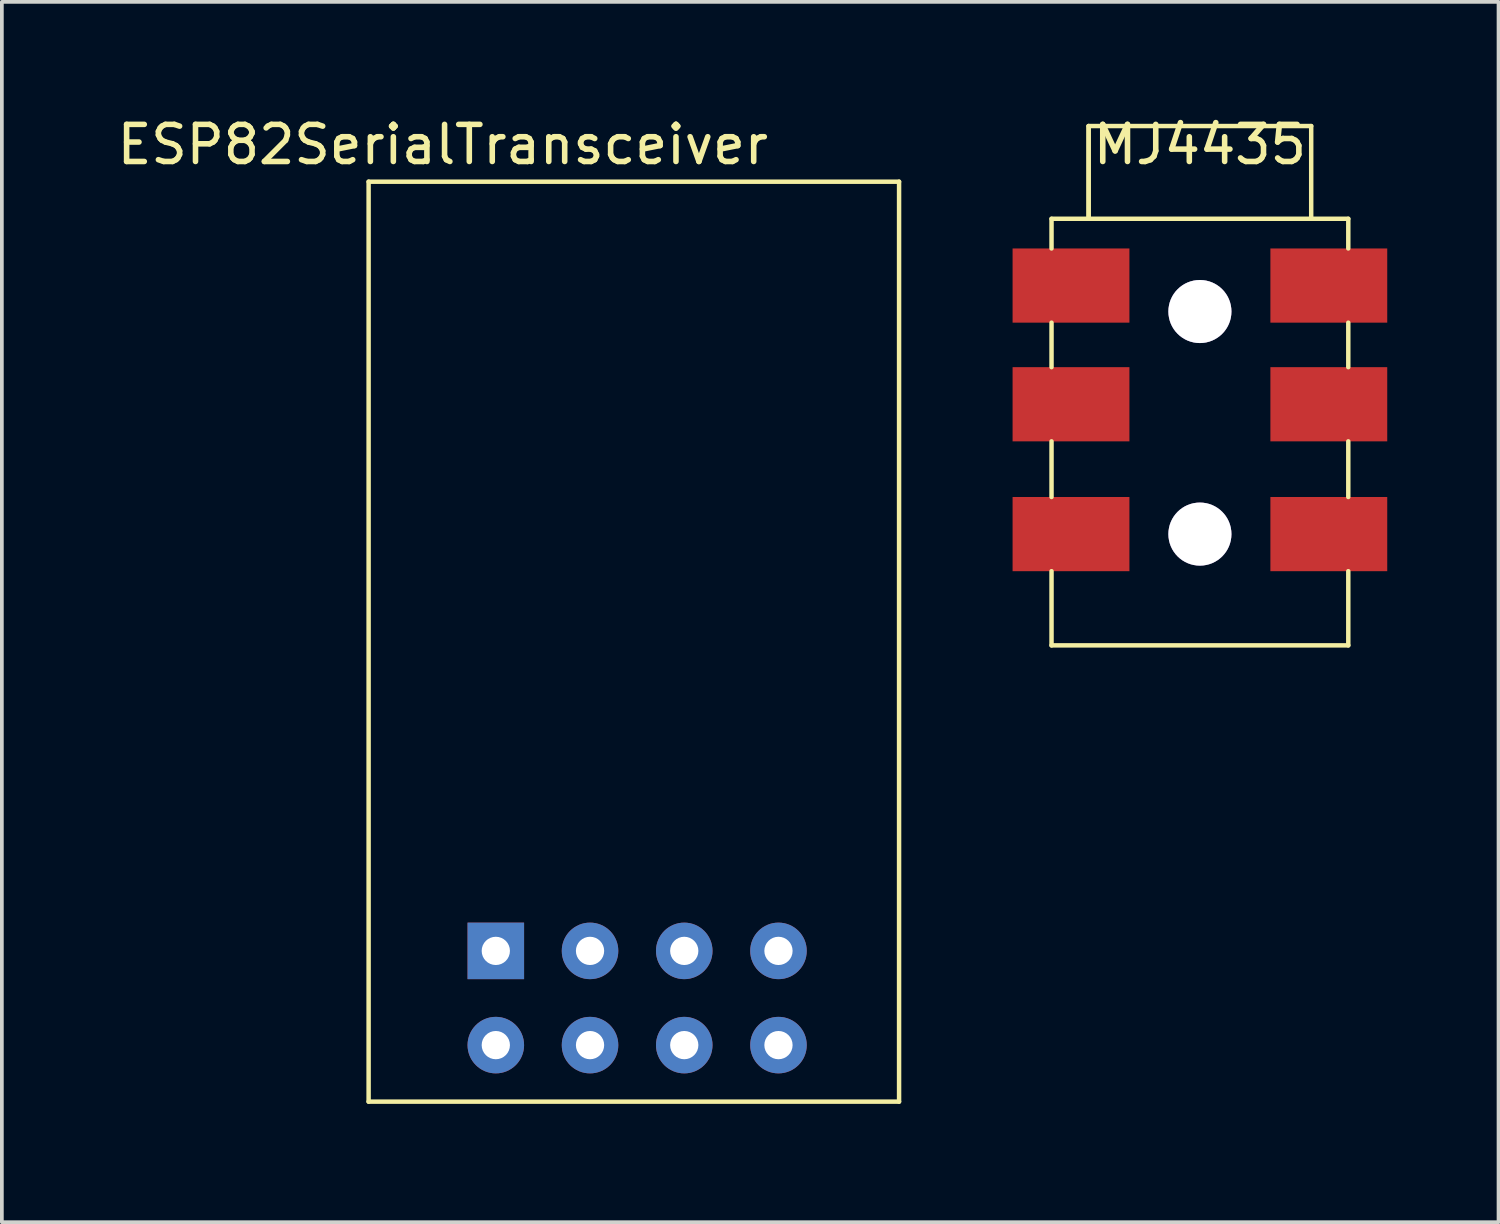
<source format=kicad_pcb>
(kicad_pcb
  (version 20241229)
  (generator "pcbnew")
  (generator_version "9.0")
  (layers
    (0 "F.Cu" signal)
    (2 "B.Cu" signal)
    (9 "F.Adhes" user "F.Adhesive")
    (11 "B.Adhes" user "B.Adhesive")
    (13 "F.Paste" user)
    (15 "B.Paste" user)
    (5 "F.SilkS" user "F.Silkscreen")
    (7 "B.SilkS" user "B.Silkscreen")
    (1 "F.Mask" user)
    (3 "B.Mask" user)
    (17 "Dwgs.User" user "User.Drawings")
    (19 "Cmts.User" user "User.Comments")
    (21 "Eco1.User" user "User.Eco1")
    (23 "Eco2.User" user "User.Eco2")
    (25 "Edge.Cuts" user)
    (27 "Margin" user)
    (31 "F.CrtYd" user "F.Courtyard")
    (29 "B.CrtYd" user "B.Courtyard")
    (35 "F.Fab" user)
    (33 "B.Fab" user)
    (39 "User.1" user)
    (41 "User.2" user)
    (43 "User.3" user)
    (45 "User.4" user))
  (footprint "ESP82SerialTransceiver"
    (layer "F.Cu")
    (at 6.887 26.648)
    (property "Reference" "ESP82SerialTransceiver" (at 2 -25.8 0) (layer "F.SilkS") (effects (font (size 1 1) (thickness 0.15))))
    (attr through_hole)
    (fp_line (start 0 -24.8) (end 14.3 -24.8) (stroke (width 0.12) (type solid)) (layer "F.SilkS"))
    (fp_line (start 0 0) (end 0 -24.8) (stroke (width 0.12) (type solid)) (layer "F.SilkS"))
    (fp_line (start 14.3 -24.8) (end 14.3 0) (stroke (width 0.12) (type solid)) (layer "F.SilkS"))
    (fp_line (start 14.3 0) (end 0 0) (stroke (width 0.12) (type solid)) (layer "F.SilkS"))
    (pad "1" thru_hole circle (at 3.429 -1.524) (size 1.524 1.524) (drill 0.762) (layers "*.Cu" "*.Mask"))
    (pad "2" thru_hole circle (at 5.969 -1.524) (size 1.524 1.524) (drill 0.762) (layers "*.Cu" "*.Mask"))
    (pad "3" thru_hole circle (at 8.509 -1.524) (size 1.524 1.524) (drill 0.762) (layers "*.Cu" "*.Mask"))
    (pad "4" thru_hole circle (at 11.049 -1.524) (size 1.524 1.524) (drill 0.762) (layers "*.Cu" "*.Mask"))
    (pad "5" thru_hole circle (at 11.049 -4.064) (size 1.524 1.524) (drill 0.762) (layers "*.Cu" "*.Mask"))
    (pad "6" thru_hole circle (at 8.509 -4.064) (size 1.524 1.524) (drill 0.762) (layers "*.Cu" "*.Mask"))
    (pad "7" thru_hole circle (at 5.969 -4.064) (size 1.524 1.524) (drill 0.762) (layers "*.Cu" "*.Mask"))
    (pad "8" thru_hole rect (at 3.429 -4.064) (size 1.524 1.524) (drill 0.762) (layers "*.Cu" "*.Mask")))
  (footprint "MJ4435"
    (layer "F.Cu")
    (at 29.297 2.848)
    (property "Reference" "MJ4435" (at 0 -2 0) (layer "F.SilkS") (effects (font (size 1 1) (thickness 0.15))))
    (attr through_hole)
    (fp_line (start -4 0) (end -4 0.8) (stroke (width 0.12) (type solid)) (layer "F.SilkS"))
    (fp_line (start -4 2.8) (end -4 4) (stroke (width 0.12) (type solid)) (layer "F.SilkS"))
    (fp_line (start -4 6) (end -4 7.5) (stroke (width 0.12) (type solid)) (layer "F.SilkS"))
    (fp_line (start -4 11.5) (end -4 9.5) (stroke (width 0.12) (type solid)) (layer "F.SilkS"))
    (fp_line (start -4 11.5) (end 4 11.5) (stroke (width 0.12) (type solid)) (layer "F.SilkS"))
    (fp_line (start -3 -2.5) (end -3 0) (stroke (width 0.12) (type solid)) (layer "F.SilkS"))
    (fp_line (start -3 -2.5) (end 3 -2.5) (stroke (width 0.12) (type solid)) (layer "F.SilkS"))
    (fp_line (start -3 0) (end -4 0) (stroke (width 0.12) (type solid)) (layer "F.SilkS"))
    (fp_line (start -3 0) (end -3 -2.5) (stroke (width 0.12) (type solid)) (layer "F.SilkS"))
    (fp_line (start 3 -2.5) (end 3 0) (stroke (width 0.12) (type solid)) (layer "F.SilkS"))
    (fp_line (start 3 0) (end -3 0) (stroke (width 0.12) (type solid)) (layer "F.SilkS"))
    (fp_line (start 4 0) (end 3 0) (stroke (width 0.12) (type solid)) (layer "F.SilkS"))
    (fp_line (start 4 0) (end 4 0.8) (stroke (width 0.12) (type solid)) (layer "F.SilkS"))
    (fp_line (start 4 2.8) (end 4 4) (stroke (width 0.12) (type solid)) (layer "F.SilkS"))
    (fp_line (start 4 7.5) (end 4 6) (stroke (width 0.12) (type solid)) (layer "F.SilkS"))
    (fp_line (start 4 11.5) (end 4 9.5) (stroke (width 0.12) (type solid)) (layer "F.SilkS"))
    (pad "" thru_hole circle (at 0 2.5) (size 1.7 1.7) (drill 1.7) (layers "*.Cu" "*.Mask"))
    (pad "" thru_hole circle (at 0 8.5) (size 1.7 1.7) (drill 1.7) (layers "*.Cu" "*.Mask"))
    (pad "R" smd rect (at -3.475 5 90) (size 2 3.15) (layers "F.Cu" "F.Mask" "F.Paste"))
    (pad "R" smd rect (at 3.475 5 90) (size 2 3.15) (layers "F.Cu" "F.Mask" "F.Paste"))
    (pad "S" smd rect (at -3.475 1.8 90) (size 2 3.15) (layers "F.Cu" "F.Mask" "F.Paste"))
    (pad "S" smd rect (at 3.475 1.8 90) (size 2 3.15) (layers "F.Cu" "F.Mask" "F.Paste"))
    (pad "T" smd rect (at -3.475 8.5 90) (size 2 3.15) (layers "F.Cu" "F.Mask" "F.Paste"))
    (pad "T" smd rect (at 3.475 8.5 90) (size 2 3.15) (layers "F.Cu" "F.Mask" "F.Paste")))
  (gr_rect
    (start -3 -3)
    (end 37.347 29.898)
    (stroke (width 0.1) (type default))
    (fill no)
    (layer "Edge.Cuts")))
</source>
